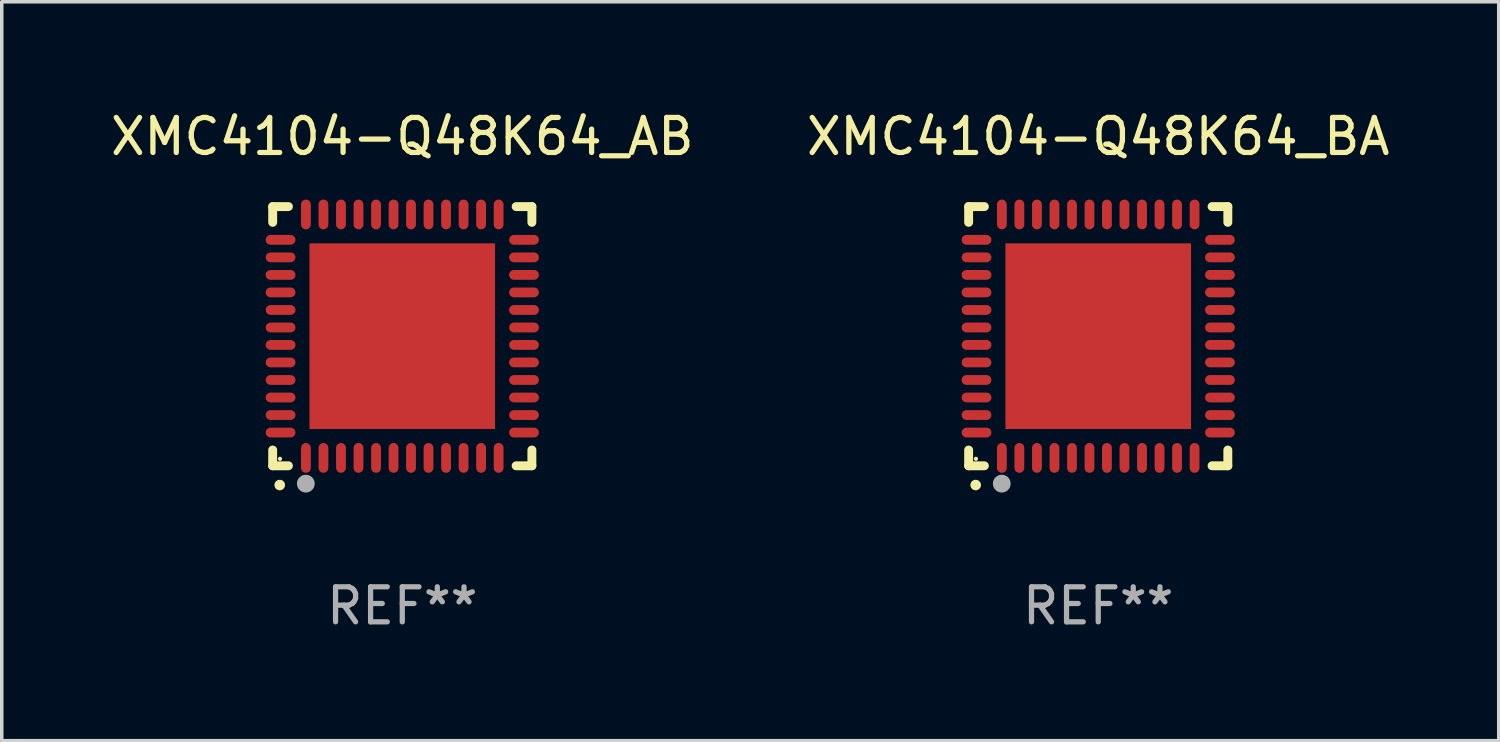
<source format=kicad_pcb>
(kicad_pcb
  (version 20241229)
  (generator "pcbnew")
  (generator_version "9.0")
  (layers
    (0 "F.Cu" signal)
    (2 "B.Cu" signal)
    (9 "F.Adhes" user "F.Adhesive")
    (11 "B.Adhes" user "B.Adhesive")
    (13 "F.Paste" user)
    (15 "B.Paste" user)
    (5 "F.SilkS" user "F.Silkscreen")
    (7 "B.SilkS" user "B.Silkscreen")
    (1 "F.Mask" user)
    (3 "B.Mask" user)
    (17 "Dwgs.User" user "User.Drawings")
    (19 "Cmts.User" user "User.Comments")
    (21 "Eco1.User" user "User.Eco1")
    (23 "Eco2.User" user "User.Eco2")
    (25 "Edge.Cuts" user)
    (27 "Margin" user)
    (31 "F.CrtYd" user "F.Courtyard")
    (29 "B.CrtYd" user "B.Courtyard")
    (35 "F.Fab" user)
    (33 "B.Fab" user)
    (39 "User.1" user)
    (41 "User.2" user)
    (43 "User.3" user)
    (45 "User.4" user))
  (footprint "XMC4104-Q48K64_AB"
    (layer "F.Cu")
    (at 8.435 6.548)
    (property "Reference" "XMC4104-Q48K64_AB" (at 0 -5.7 0) (layer "F.SilkS") (effects (font (size 1 1) (thickness 0.15))))
    (attr through_hole)
    (fp_line (start -3.7 -3.7) (end -3.25 -3.7) (stroke (width 0.254) (type solid)) (layer "F.SilkS"))
    (fp_line (start -3.7 -3.25) (end -3.7 -3.7) (stroke (width 0.254) (type solid)) (layer "F.SilkS"))
    (fp_line (start -3.7 3.7) (end -3.7 3.25) (stroke (width 0.254) (type solid)) (layer "F.SilkS"))
    (fp_line (start -3.25 3.7) (end -3.7 3.7) (stroke (width 0.254) (type solid)) (layer "F.SilkS"))
    (fp_line (start 3.25 3.7) (end 3.7 3.7) (stroke (width 0.254) (type solid)) (layer "F.SilkS"))
    (fp_line (start 3.7 -3.7) (end 3.25 -3.7) (stroke (width 0.254) (type solid)) (layer "F.SilkS"))
    (fp_line (start 3.7 -3.25) (end 3.7 -3.7) (stroke (width 0.254) (type solid)) (layer "F.SilkS"))
    (fp_line (start 3.7 3.7) (end 3.7 3.25) (stroke (width 0.254) (type solid)) (layer "F.SilkS"))
    (fp_arc (start -3.500127 4.249428) (mid -3.498857 4.249423) (end -3.497587 4.249428) (stroke (width 0.3) (type solid)) (layer "F.SilkS"))
    (fp_circle (center -3.491 3.501) (end -3.461 3.501) (stroke (width 0.06) (type solid)) (fill no) (layer "F.SilkS"))
    (fp_circle (center -2.754 4.21) (end -2.627 4.21) (stroke (width 0.254) (type solid)) (fill no) (layer "F.Fab"))
    (fp_text user "REF**" (at 0 7.7 0) (layer "F.Fab") (effects (font (size 1 1) (thickness 0.15))))
    (pad "1" smd oval (at -2.751 3.475) (size 0.28 0.85) (layers "F.Cu" "F.Mask" "F.Paste"))
    (pad "2" smd oval (at -2.251 3.475) (size 0.28 0.85) (layers "F.Cu" "F.Mask" "F.Paste"))
    (pad "3" smd oval (at -1.75 3.475) (size 0.28 0.85) (layers "F.Cu" "F.Mask" "F.Paste"))
    (pad "4" smd oval (at -1.25 3.475) (size 0.28 0.85) (layers "F.Cu" "F.Mask" "F.Paste"))
    (pad "5" smd oval (at -0.749 3.475) (size 0.28 0.85) (layers "F.Cu" "F.Mask" "F.Paste"))
    (pad "6" smd oval (at -0.249 3.475) (size 0.28 0.85) (layers "F.Cu" "F.Mask" "F.Paste"))
    (pad "7" smd oval (at 0.249 3.475) (size 0.28 0.85) (layers "F.Cu" "F.Mask" "F.Paste"))
    (pad "8" smd oval (at 0.749 3.475) (size 0.28 0.85) (layers "F.Cu" "F.Mask" "F.Paste"))
    (pad "9" smd oval (at 1.25 3.475) (size 0.28 0.85) (layers "F.Cu" "F.Mask" "F.Paste"))
    (pad "10" smd oval (at 1.75 3.475) (size 0.28 0.85) (layers "F.Cu" "F.Mask" "F.Paste"))
    (pad "11" smd oval (at 2.25 3.475) (size 0.28 0.85) (layers "F.Cu" "F.Mask" "F.Paste"))
    (pad "12" smd oval (at 2.751 3.475) (size 0.28 0.85) (layers "F.Cu" "F.Mask" "F.Paste"))
    (pad "13" smd oval (at 3.475 2.751) (size 0.85 0.28) (layers "F.Cu" "F.Mask" "F.Paste"))
    (pad "14" smd oval (at 3.475 2.251) (size 0.85 0.28) (layers "F.Cu" "F.Mask" "F.Paste"))
    (pad "15" smd oval (at 3.475 1.75) (size 0.85 0.28) (layers "F.Cu" "F.Mask" "F.Paste"))
    (pad "16" smd oval (at 3.475 1.25) (size 0.85 0.28) (layers "F.Cu" "F.Mask" "F.Paste"))
    (pad "17" smd oval (at 3.475 0.749) (size 0.85 0.28) (layers "F.Cu" "F.Mask" "F.Paste"))
    (pad "18" smd oval (at 3.475 0.249) (size 0.85 0.28) (layers "F.Cu" "F.Mask" "F.Paste"))
    (pad "19" smd oval (at 3.475 -0.249) (size 0.85 0.28) (layers "F.Cu" "F.Mask" "F.Paste"))
    (pad "20" smd oval (at 3.475 -0.749) (size 0.85 0.28) (layers "F.Cu" "F.Mask" "F.Paste"))
    (pad "21" smd oval (at 3.475 -1.25) (size 0.85 0.28) (layers "F.Cu" "F.Mask" "F.Paste"))
    (pad "22" smd oval (at 3.475 -1.75) (size 0.85 0.28) (layers "F.Cu" "F.Mask" "F.Paste"))
    (pad "23" smd oval (at 3.475 -2.25) (size 0.85 0.28) (layers "F.Cu" "F.Mask" "F.Paste"))
    (pad "24" smd oval (at 3.475 -2.751) (size 0.85 0.28) (layers "F.Cu" "F.Mask" "F.Paste"))
    (pad "25" smd oval (at 2.751 -3.475) (size 0.28 0.85) (layers "F.Cu" "F.Mask" "F.Paste"))
    (pad "26" smd oval (at 2.25 -3.475) (size 0.28 0.85) (layers "F.Cu" "F.Mask" "F.Paste"))
    (pad "27" smd oval (at 1.75 -3.475) (size 0.28 0.85) (layers "F.Cu" "F.Mask" "F.Paste"))
    (pad "28" smd oval (at 1.25 -3.475) (size 0.28 0.85) (layers "F.Cu" "F.Mask" "F.Paste"))
    (pad "29" smd oval (at 0.749 -3.475) (size 0.28 0.85) (layers "F.Cu" "F.Mask" "F.Paste"))
    (pad "30" smd oval (at 0.249 -3.475) (size 0.28 0.85) (layers "F.Cu" "F.Mask" "F.Paste"))
    (pad "31" smd oval (at -0.249 -3.475) (size 0.28 0.85) (layers "F.Cu" "F.Mask" "F.Paste"))
    (pad "32" smd oval (at -0.749 -3.475) (size 0.28 0.85) (layers "F.Cu" "F.Mask" "F.Paste"))
    (pad "33" smd oval (at -1.25 -3.475) (size 0.28 0.85) (layers "F.Cu" "F.Mask" "F.Paste"))
    (pad "34" smd oval (at -1.75 -3.475) (size 0.28 0.85) (layers "F.Cu" "F.Mask" "F.Paste"))
    (pad "35" smd oval (at -2.251 -3.475) (size 0.28 0.85) (layers "F.Cu" "F.Mask" "F.Paste"))
    (pad "36" smd oval (at -2.751 -3.475) (size 0.28 0.85) (layers "F.Cu" "F.Mask" "F.Paste"))
    (pad "37" smd oval (at -3.475 -2.751) (size 0.85 0.28) (layers "F.Cu" "F.Mask" "F.Paste"))
    (pad "38" smd oval (at -3.475 -2.25) (size 0.85 0.28) (layers "F.Cu" "F.Mask" "F.Paste"))
    (pad "39" smd oval (at -3.475 -1.75) (size 0.85 0.28) (layers "F.Cu" "F.Mask" "F.Paste"))
    (pad "40" smd oval (at -3.475 -1.25) (size 0.85 0.28) (layers "F.Cu" "F.Mask" "F.Paste"))
    (pad "41" smd oval (at -3.475 -0.749) (size 0.85 0.28) (layers "F.Cu" "F.Mask" "F.Paste"))
    (pad "42" smd oval (at -3.475 -0.249) (size 0.85 0.28) (layers "F.Cu" "F.Mask" "F.Paste"))
    (pad "43" smd oval (at -3.475 0.249) (size 0.85 0.28) (layers "F.Cu" "F.Mask" "F.Paste"))
    (pad "44" smd oval (at -3.475 0.749) (size 0.85 0.28) (layers "F.Cu" "F.Mask" "F.Paste"))
    (pad "45" smd oval (at -3.475 1.25) (size 0.85 0.28) (layers "F.Cu" "F.Mask" "F.Paste"))
    (pad "46" smd oval (at -3.475 1.75) (size 0.85 0.28) (layers "F.Cu" "F.Mask" "F.Paste"))
    (pad "47" smd oval (at -3.475 2.251) (size 0.85 0.28) (layers "F.Cu" "F.Mask" "F.Paste"))
    (pad "48" smd oval (at -3.475 2.751) (size 0.85 0.28) (layers "F.Cu" "F.Mask" "F.Paste"))
    (pad "49" smd rect (at -0.000102 0.000102) (size 5.3 5.3) (layers "F.Cu" "F.Mask" "F.Paste")))
  (footprint "XMC4104-Q48K64_BA"
    (layer "F.Cu")
    (at 28.304 6.548)
    (property "Reference" "XMC4104-Q48K64_BA" (at 0 -5.7 0) (layer "F.SilkS") (effects (font (size 1 1) (thickness 0.15))))
    (attr through_hole)
    (fp_line (start -3.7 -3.7) (end -3.25 -3.7) (stroke (width 0.254) (type solid)) (layer "F.SilkS"))
    (fp_line (start -3.7 -3.25) (end -3.7 -3.7) (stroke (width 0.254) (type solid)) (layer "F.SilkS"))
    (fp_line (start -3.7 3.7) (end -3.7 3.25) (stroke (width 0.254) (type solid)) (layer "F.SilkS"))
    (fp_line (start -3.25 3.7) (end -3.7 3.7) (stroke (width 0.254) (type solid)) (layer "F.SilkS"))
    (fp_line (start 3.25 3.7) (end 3.7 3.7) (stroke (width 0.254) (type solid)) (layer "F.SilkS"))
    (fp_line (start 3.7 -3.7) (end 3.25 -3.7) (stroke (width 0.254) (type solid)) (layer "F.SilkS"))
    (fp_line (start 3.7 -3.25) (end 3.7 -3.7) (stroke (width 0.254) (type solid)) (layer "F.SilkS"))
    (fp_line (start 3.7 3.7) (end 3.7 3.25) (stroke (width 0.254) (type solid)) (layer "F.SilkS"))
    (fp_arc (start -3.500127 4.249428) (mid -3.498857 4.249423) (end -3.497587 4.249428) (stroke (width 0.3) (type solid)) (layer "F.SilkS"))
    (fp_circle (center -3.491 3.501) (end -3.461 3.501) (stroke (width 0.06) (type solid)) (fill no) (layer "F.SilkS"))
    (fp_circle (center -2.754 4.21) (end -2.627 4.21) (stroke (width 0.254) (type solid)) (fill no) (layer "F.Fab"))
    (fp_text user "REF**" (at 0 7.7 0) (layer "F.Fab") (effects (font (size 1 1) (thickness 0.15))))
    (pad "1" smd oval (at -2.751 3.475) (size 0.28 0.85) (layers "F.Cu" "F.Mask" "F.Paste"))
    (pad "2" smd oval (at -2.251 3.475) (size 0.28 0.85) (layers "F.Cu" "F.Mask" "F.Paste"))
    (pad "3" smd oval (at -1.75 3.475) (size 0.28 0.85) (layers "F.Cu" "F.Mask" "F.Paste"))
    (pad "4" smd oval (at -1.25 3.475) (size 0.28 0.85) (layers "F.Cu" "F.Mask" "F.Paste"))
    (pad "5" smd oval (at -0.749 3.475) (size 0.28 0.85) (layers "F.Cu" "F.Mask" "F.Paste"))
    (pad "6" smd oval (at -0.249 3.475) (size 0.28 0.85) (layers "F.Cu" "F.Mask" "F.Paste"))
    (pad "7" smd oval (at 0.249 3.475) (size 0.28 0.85) (layers "F.Cu" "F.Mask" "F.Paste"))
    (pad "8" smd oval (at 0.749 3.475) (size 0.28 0.85) (layers "F.Cu" "F.Mask" "F.Paste"))
    (pad "9" smd oval (at 1.25 3.475) (size 0.28 0.85) (layers "F.Cu" "F.Mask" "F.Paste"))
    (pad "10" smd oval (at 1.75 3.475) (size 0.28 0.85) (layers "F.Cu" "F.Mask" "F.Paste"))
    (pad "11" smd oval (at 2.25 3.475) (size 0.28 0.85) (layers "F.Cu" "F.Mask" "F.Paste"))
    (pad "12" smd oval (at 2.751 3.475) (size 0.28 0.85) (layers "F.Cu" "F.Mask" "F.Paste"))
    (pad "13" smd oval (at 3.475 2.751) (size 0.85 0.28) (layers "F.Cu" "F.Mask" "F.Paste"))
    (pad "14" smd oval (at 3.475 2.251) (size 0.85 0.28) (layers "F.Cu" "F.Mask" "F.Paste"))
    (pad "15" smd oval (at 3.475 1.75) (size 0.85 0.28) (layers "F.Cu" "F.Mask" "F.Paste"))
    (pad "16" smd oval (at 3.475 1.25) (size 0.85 0.28) (layers "F.Cu" "F.Mask" "F.Paste"))
    (pad "17" smd oval (at 3.475 0.749) (size 0.85 0.28) (layers "F.Cu" "F.Mask" "F.Paste"))
    (pad "18" smd oval (at 3.475 0.249) (size 0.85 0.28) (layers "F.Cu" "F.Mask" "F.Paste"))
    (pad "19" smd oval (at 3.475 -0.249) (size 0.85 0.28) (layers "F.Cu" "F.Mask" "F.Paste"))
    (pad "20" smd oval (at 3.475 -0.749) (size 0.85 0.28) (layers "F.Cu" "F.Mask" "F.Paste"))
    (pad "21" smd oval (at 3.475 -1.25) (size 0.85 0.28) (layers "F.Cu" "F.Mask" "F.Paste"))
    (pad "22" smd oval (at 3.475 -1.75) (size 0.85 0.28) (layers "F.Cu" "F.Mask" "F.Paste"))
    (pad "23" smd oval (at 3.475 -2.25) (size 0.85 0.28) (layers "F.Cu" "F.Mask" "F.Paste"))
    (pad "24" smd oval (at 3.475 -2.751) (size 0.85 0.28) (layers "F.Cu" "F.Mask" "F.Paste"))
    (pad "25" smd oval (at 2.751 -3.475) (size 0.28 0.85) (layers "F.Cu" "F.Mask" "F.Paste"))
    (pad "26" smd oval (at 2.25 -3.475) (size 0.28 0.85) (layers "F.Cu" "F.Mask" "F.Paste"))
    (pad "27" smd oval (at 1.75 -3.475) (size 0.28 0.85) (layers "F.Cu" "F.Mask" "F.Paste"))
    (pad "28" smd oval (at 1.25 -3.475) (size 0.28 0.85) (layers "F.Cu" "F.Mask" "F.Paste"))
    (pad "29" smd oval (at 0.749 -3.475) (size 0.28 0.85) (layers "F.Cu" "F.Mask" "F.Paste"))
    (pad "30" smd oval (at 0.249 -3.475) (size 0.28 0.85) (layers "F.Cu" "F.Mask" "F.Paste"))
    (pad "31" smd oval (at -0.249 -3.475) (size 0.28 0.85) (layers "F.Cu" "F.Mask" "F.Paste"))
    (pad "32" smd oval (at -0.749 -3.475) (size 0.28 0.85) (layers "F.Cu" "F.Mask" "F.Paste"))
    (pad "33" smd oval (at -1.25 -3.475) (size 0.28 0.85) (layers "F.Cu" "F.Mask" "F.Paste"))
    (pad "34" smd oval (at -1.75 -3.475) (size 0.28 0.85) (layers "F.Cu" "F.Mask" "F.Paste"))
    (pad "35" smd oval (at -2.251 -3.475) (size 0.28 0.85) (layers "F.Cu" "F.Mask" "F.Paste"))
    (pad "36" smd oval (at -2.751 -3.475) (size 0.28 0.85) (layers "F.Cu" "F.Mask" "F.Paste"))
    (pad "37" smd oval (at -3.475 -2.751) (size 0.85 0.28) (layers "F.Cu" "F.Mask" "F.Paste"))
    (pad "38" smd oval (at -3.475 -2.25) (size 0.85 0.28) (layers "F.Cu" "F.Mask" "F.Paste"))
    (pad "39" smd oval (at -3.475 -1.75) (size 0.85 0.28) (layers "F.Cu" "F.Mask" "F.Paste"))
    (pad "40" smd oval (at -3.475 -1.25) (size 0.85 0.28) (layers "F.Cu" "F.Mask" "F.Paste"))
    (pad "41" smd oval (at -3.475 -0.749) (size 0.85 0.28) (layers "F.Cu" "F.Mask" "F.Paste"))
    (pad "42" smd oval (at -3.475 -0.249) (size 0.85 0.28) (layers "F.Cu" "F.Mask" "F.Paste"))
    (pad "43" smd oval (at -3.475 0.249) (size 0.85 0.28) (layers "F.Cu" "F.Mask" "F.Paste"))
    (pad "44" smd oval (at -3.475 0.749) (size 0.85 0.28) (layers "F.Cu" "F.Mask" "F.Paste"))
    (pad "45" smd oval (at -3.475 1.25) (size 0.85 0.28) (layers "F.Cu" "F.Mask" "F.Paste"))
    (pad "46" smd oval (at -3.475 1.75) (size 0.85 0.28) (layers "F.Cu" "F.Mask" "F.Paste"))
    (pad "47" smd oval (at -3.475 2.251) (size 0.85 0.28) (layers "F.Cu" "F.Mask" "F.Paste"))
    (pad "48" smd oval (at -3.475 2.751) (size 0.85 0.28) (layers "F.Cu" "F.Mask" "F.Paste"))
    (pad "49" smd rect (at -0.000102 0.000102) (size 5.3 5.3) (layers "F.Cu" "F.Mask" "F.Paste")))
  (gr_rect
    (start -3 -3)
    (end 39.738 18.097)
    (stroke (width 0.1) (type default))
    (fill no)
    (layer "Edge.Cuts")))
</source>
